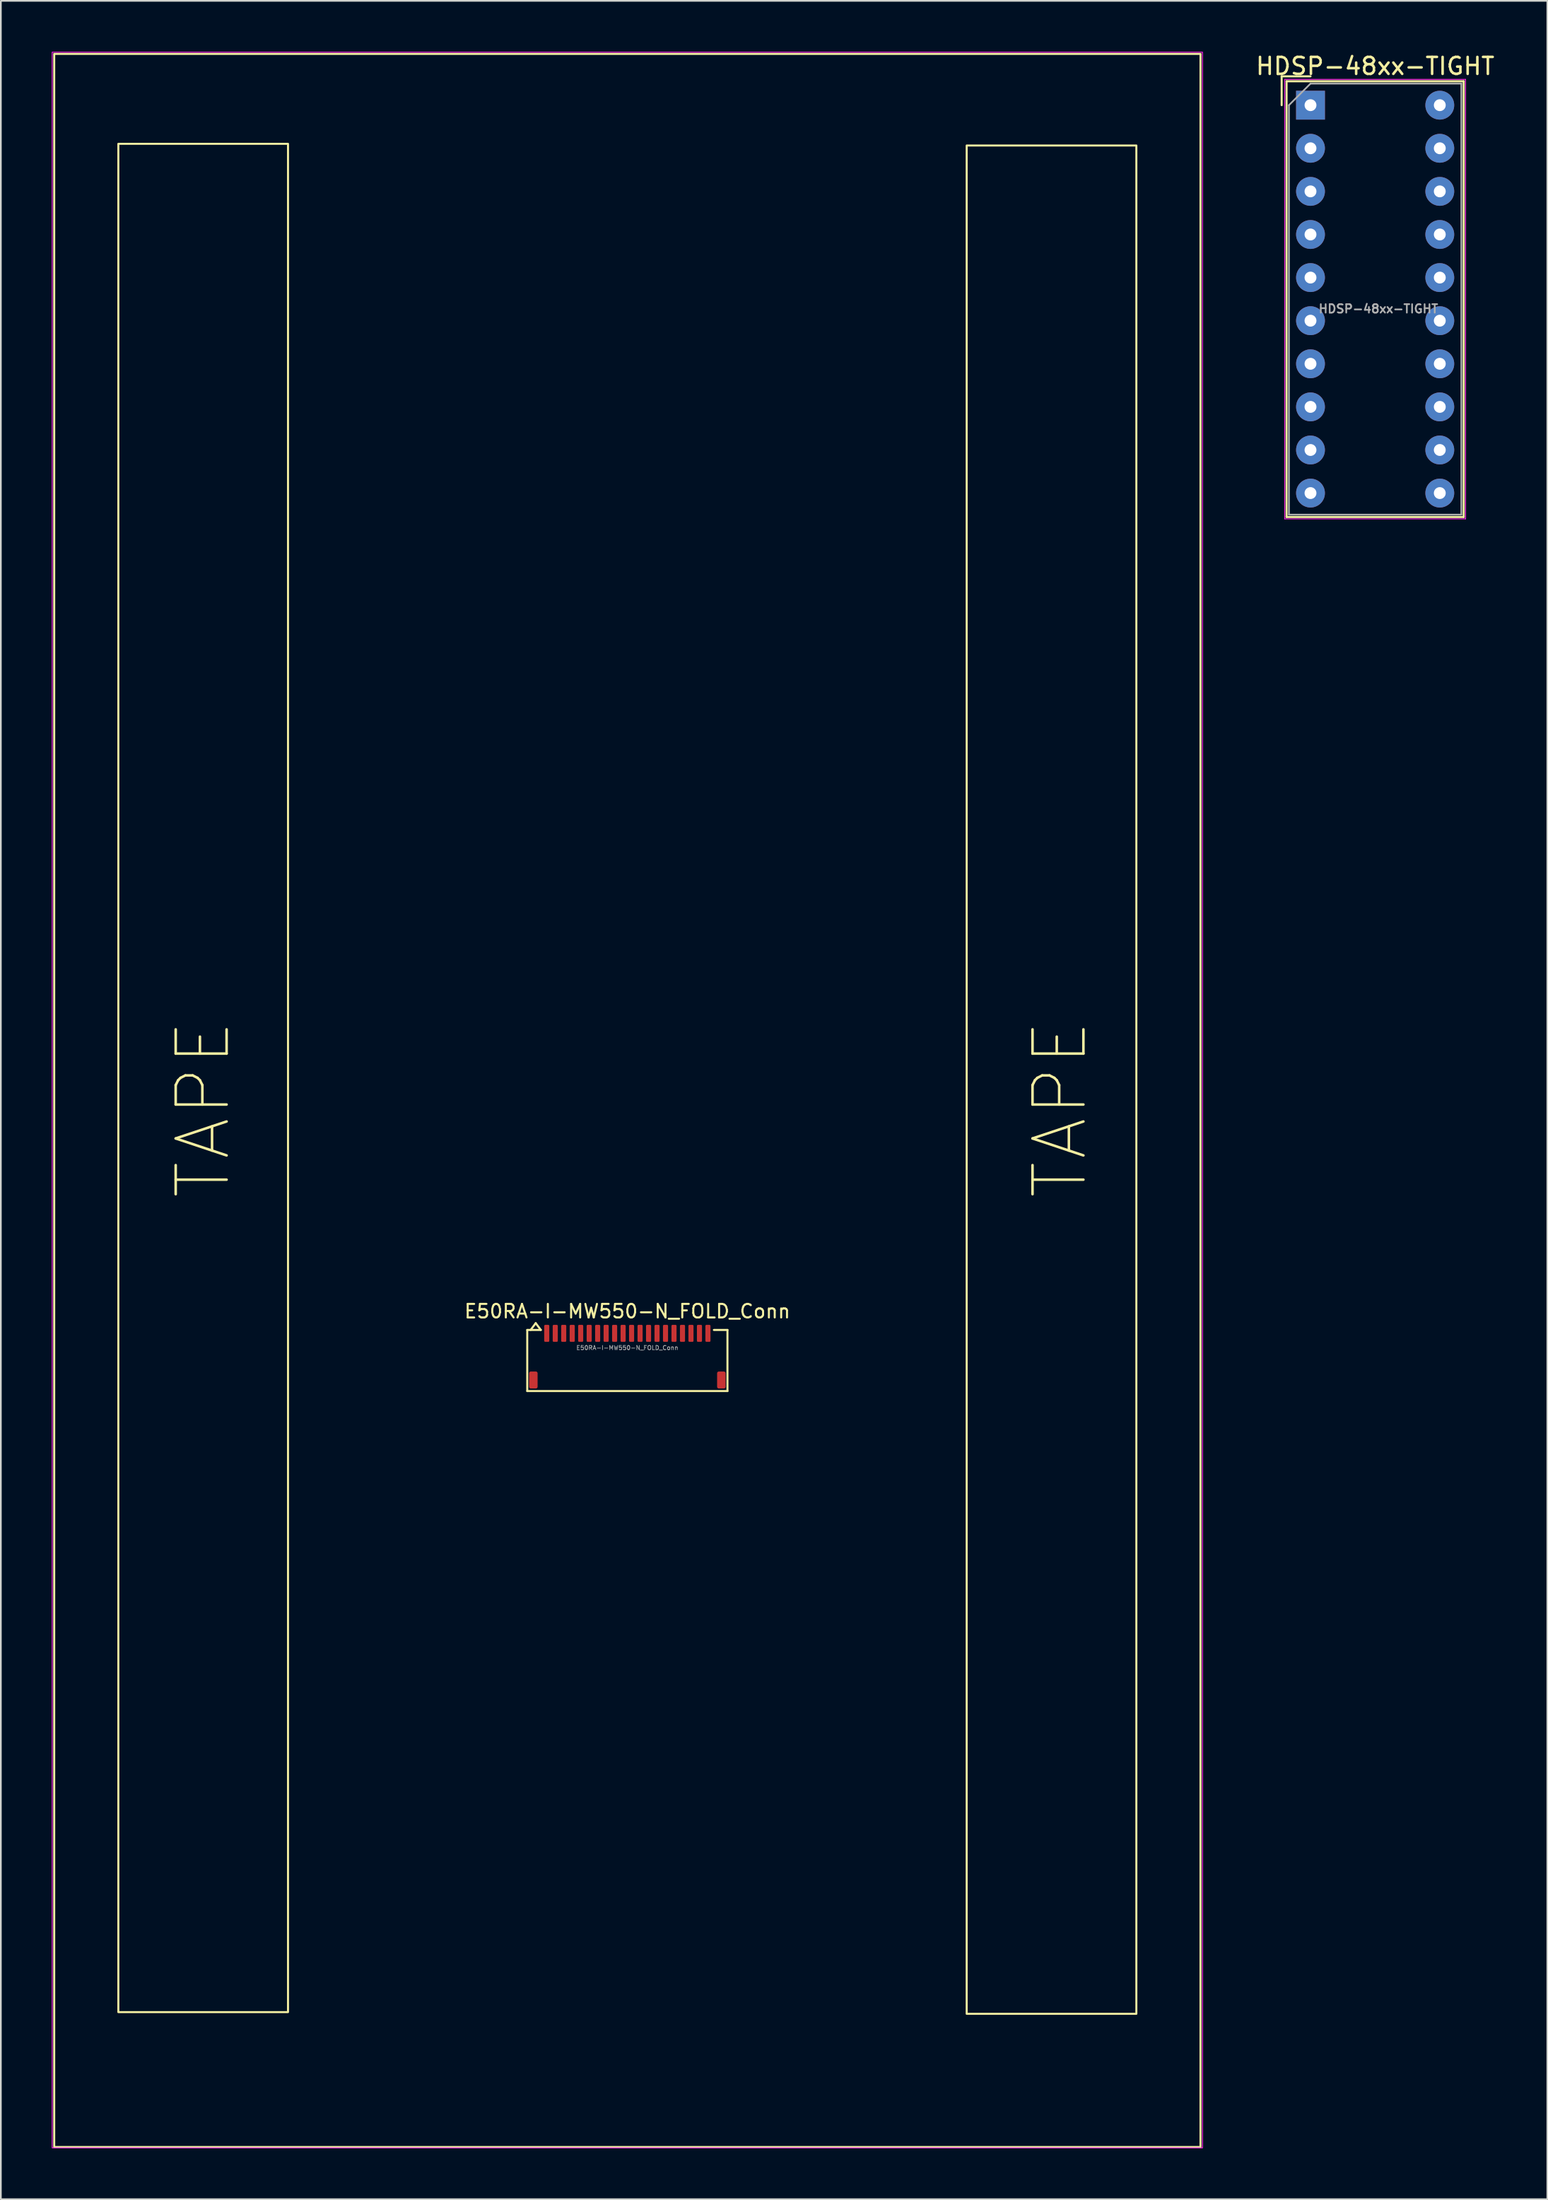
<source format=kicad_pcb>
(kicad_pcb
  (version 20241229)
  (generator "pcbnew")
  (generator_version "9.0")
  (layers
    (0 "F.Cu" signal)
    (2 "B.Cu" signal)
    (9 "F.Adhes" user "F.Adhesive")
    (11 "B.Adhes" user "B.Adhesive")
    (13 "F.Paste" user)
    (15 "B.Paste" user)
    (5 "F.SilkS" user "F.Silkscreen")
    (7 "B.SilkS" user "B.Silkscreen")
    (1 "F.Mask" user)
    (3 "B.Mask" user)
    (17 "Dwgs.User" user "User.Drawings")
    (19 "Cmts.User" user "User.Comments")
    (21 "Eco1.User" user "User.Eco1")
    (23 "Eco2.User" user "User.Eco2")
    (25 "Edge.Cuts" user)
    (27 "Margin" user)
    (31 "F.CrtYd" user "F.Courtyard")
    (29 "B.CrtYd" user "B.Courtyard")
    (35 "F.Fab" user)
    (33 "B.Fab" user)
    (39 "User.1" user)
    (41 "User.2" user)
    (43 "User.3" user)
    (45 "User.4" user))
  (footprint "HDSP-48xx-TIGHT"
    (layer "F.Cu")
    (at 74.189 3.148)
    (property "Reference" "HDSP-48xx-TIGHT" (at 3.81 -2.3 0) (layer "F.SilkS") (effects (font (size 1 1) (thickness 0.15))))
    (attr through_hole)
    (fp_line (start -1.7 -1.7) (end -1.7 0) (stroke (width 0.12) (type solid)) (layer "F.SilkS"))
    (fp_line (start -1.41 -1.41) (end 9.03 -1.41) (stroke (width 0.12) (type solid)) (layer "F.SilkS"))
    (fp_line (start -1.41 24.27) (end -1.41 -1.41) (stroke (width 0.12) (type solid)) (layer "F.SilkS"))
    (fp_line (start 0 -1.7) (end -1.7 -1.7) (stroke (width 0.12) (type solid)) (layer "F.SilkS"))
    (fp_line (start 9.03 -1.41) (end 9.03 24.27) (stroke (width 0.12) (type solid)) (layer "F.SilkS"))
    (fp_line (start 9.03 24.27) (end -1.41 24.27) (stroke (width 0.12) (type solid)) (layer "F.SilkS"))
    (fp_line (start -1.52 -1.52) (end -1.52 24.38) (stroke (width 0.05) (type solid)) (layer "F.CrtYd"))
    (fp_line (start -1.52 -1.52) (end 9.14 -1.52) (stroke (width 0.05) (type solid)) (layer "F.CrtYd"))
    (fp_line (start -1.52 24.38) (end 9.14 24.38) (stroke (width 0.05) (type solid)) (layer "F.CrtYd"))
    (fp_line (start 9.14 24.38) (end 9.14 -1.52) (stroke (width 0.05) (type solid)) (layer "F.CrtYd"))
    (fp_line (start -1.27 0) (end -1.27 24.13) (stroke (width 0.1) (type solid)) (layer "F.Fab"))
    (fp_line (start -1.27 24.13) (end 8.89 24.13) (stroke (width 0.1) (type solid)) (layer "F.Fab"))
    (fp_line (start 0 -1.27) (end -1.27 0) (stroke (width 0.1) (type solid)) (layer "F.Fab"))
    (fp_line (start 0 -1.27) (end 8.89 -1.27) (stroke (width 0.1) (type solid)) (layer "F.Fab"))
    (fp_line (start 8.89 -1.27) (end 8.89 24.13) (stroke (width 0.1) (type solid)) (layer "F.Fab"))
    (fp_text user "${REFERENCE}" (at 4 12 0) (layer "F.Fab") (effects (font (size 0.5 0.5) (thickness 0.1))))
    (pad "1" thru_hole rect (at 0 0 270) (size 1.7 1.7) (drill 0.7) (layers "*.Cu" "*.Mask"))
    (pad "2" thru_hole circle (at 0 2.54 270) (size 1.7 1.7) (drill 0.7) (layers "*.Cu" "*.Mask"))
    (pad "3" thru_hole circle (at 0 5.08 270) (size 1.7 1.7) (drill 0.7) (layers "*.Cu" "*.Mask"))
    (pad "4" thru_hole circle (at 0 7.62 270) (size 1.7 1.7) (drill 0.7) (layers "*.Cu" "*.Mask"))
    (pad "5" thru_hole circle (at 0 10.16 270) (size 1.7 1.7) (drill 0.7) (layers "*.Cu" "*.Mask"))
    (pad "6" thru_hole circle (at 0 12.7 270) (size 1.7 1.7) (drill 0.7) (layers "*.Cu" "*.Mask"))
    (pad "7" thru_hole circle (at 0 15.24 270) (size 1.7 1.7) (drill 0.7) (layers "*.Cu" "*.Mask"))
    (pad "8" thru_hole circle (at 0 17.78 270) (size 1.7 1.7) (drill 0.7) (layers "*.Cu" "*.Mask"))
    (pad "9" thru_hole circle (at 0 20.32 270) (size 1.7 1.7) (drill 0.7) (layers "*.Cu" "*.Mask"))
    (pad "10" thru_hole circle (at 0 22.86 270) (size 1.7 1.7) (drill 0.7) (layers "*.Cu" "*.Mask"))
    (pad "11" thru_hole circle (at 7.62 22.86 270) (size 1.7 1.7) (drill 0.7) (layers "*.Cu" "*.Mask"))
    (pad "12" thru_hole circle (at 7.62 20.32 270) (size 1.7 1.7) (drill 0.7) (layers "*.Cu" "*.Mask"))
    (pad "13" thru_hole circle (at 7.62 17.78 270) (size 1.7 1.7) (drill 0.7) (layers "*.Cu" "*.Mask"))
    (pad "14" thru_hole circle (at 7.62 15.24 270) (size 1.7 1.7) (drill 0.7) (layers "*.Cu" "*.Mask"))
    (pad "15" thru_hole circle (at 7.62 12.7 270) (size 1.7 1.7) (drill 0.7) (layers "*.Cu" "*.Mask"))
    (pad "16" thru_hole circle (at 7.62 10.16 270) (size 1.7 1.7) (drill 0.7) (layers "*.Cu" "*.Mask"))
    (pad "17" thru_hole circle (at 7.62 7.62 270) (size 1.7 1.7) (drill 0.7) (layers "*.Cu" "*.Mask"))
    (pad "18" thru_hole circle (at 7.62 5.08 270) (size 1.7 1.7) (drill 0.7) (layers "*.Cu" "*.Mask"))
    (pad "19" thru_hole circle (at 7.62 2.54 270) (size 1.7 1.7) (drill 0.7) (layers "*.Cu" "*.Mask"))
    (pad "20" thru_hole circle (at 7.62 0 270) (size 1.7 1.7) (drill 0.7) (layers "*.Cu" "*.Mask")))
  (footprint "E50RA-I-MW550-N_FOLD_Conn"
    (layer "F.Cu")
    (at 33.925 75.525)
    (property "Reference" "E50RA-I-MW550-N_FOLD_Conn" (at 0 -1.3 0) (unlocked yes) (layer "F.SilkS") (effects (font (size 0.8 0.8) (thickness 0.12))))
    (attr smd)
    (fp_line (start -5.9 -0.2) (end -5.9 3.4) (stroke (width 0.12) (type default)) (layer "F.SilkS"))
    (fp_line (start -5.9 3.4) (end 5.9 3.4) (stroke (width 0.12) (type default)) (layer "F.SilkS"))
    (fp_line (start -5.4 -0.6) (end -5.7 -0.2) (stroke (width 0.12) (type default)) (layer "F.SilkS"))
    (fp_line (start -5.1 -0.2) (end -5.9 -0.2) (stroke (width 0.12) (type default)) (layer "F.SilkS"))
    (fp_line (start -5.1 -0.2) (end -5.4 -0.6) (stroke (width 0.12) (type default)) (layer "F.SilkS"))
    (fp_line (start 5.9 -0.2) (end 5.1 -0.2) (stroke (width 0.12) (type default)) (layer "F.SilkS"))
    (fp_line (start 5.9 3.4) (end 5.9 -0.2) (stroke (width 0.12) (type default)) (layer "F.SilkS"))
    (fp_rect (start -33.78 -75.4) (end 33.78 47.95) (stroke (width 0.12) (type default)) (fill no) (layer "F.SilkS"))
    (fp_rect (start -30 -70.1) (end -20 40) (stroke (width 0.12) (type default)) (fill no) (layer "F.SilkS"))
    (fp_rect (start 20 -70) (end 30 40.1) (stroke (width 0.12) (type default)) (fill no) (layer "F.SilkS"))
    (fp_rect (start -33.9 -75.5) (end 33.9 48) (stroke (width 0.05) (type default)) (fill no) (layer "F.CrtYd"))
    (fp_text user "TAPE" (at -25 -13.2 90) (unlocked yes) (layer "F.SilkS") (effects (font (size 3 3) (thickness 0.15))))
    (fp_text user "TAPE" (at 25.5 -13.2 90) (unlocked yes) (layer "F.SilkS") (effects (font (size 3 3) (thickness 0.15))))
    (fp_text user "${REFERENCE}" (at 0 0.85 0) (unlocked yes) (layer "F.Fab") (effects (font (size 0.25 0.25) (thickness 0.04))))
    (pad "1" smd roundrect (at 4.75 0) (size 0.3 1) (layers "F.Cu" "F.Mask" "F.Paste") (roundrect_rratio 0.2))
    (pad "2" smd roundrect (at 4.25 0) (size 0.3 1) (layers "F.Cu" "F.Mask" "F.Paste") (roundrect_rratio 0.2))
    (pad "3" smd roundrect (at 3.75 0) (size 0.3 1) (layers "F.Cu" "F.Mask" "F.Paste") (roundrect_rratio 0.2))
    (pad "4" smd roundrect (at 3.25 0) (size 0.3 1) (layers "F.Cu" "F.Mask" "F.Paste") (roundrect_rratio 0.2))
    (pad "5" smd roundrect (at 2.75 0) (size 0.3 1) (layers "F.Cu" "F.Mask" "F.Paste") (roundrect_rratio 0.2))
    (pad "6" smd roundrect (at 2.25 0) (size 0.3 1) (layers "F.Cu" "F.Mask" "F.Paste") (roundrect_rratio 0.2))
    (pad "7" smd roundrect (at 1.75 0) (size 0.3 1) (layers "F.Cu" "F.Mask" "F.Paste") (roundrect_rratio 0.2))
    (pad "8" smd roundrect (at 1.25 0) (size 0.3 1) (layers "F.Cu" "F.Mask" "F.Paste") (roundrect_rratio 0.2))
    (pad "9" smd roundrect (at 0.75 0) (size 0.3 1) (layers "F.Cu" "F.Mask" "F.Paste") (roundrect_rratio 0.2))
    (pad "10" smd roundrect (at 0.25 0) (size 0.3 1) (layers "F.Cu" "F.Mask" "F.Paste") (roundrect_rratio 0.2))
    (pad "11" smd roundrect (at -0.25 0) (size 0.3 1) (layers "F.Cu" "F.Mask" "F.Paste") (roundrect_rratio 0.2))
    (pad "12" smd roundrect (at -0.75 0) (size 0.3 1) (layers "F.Cu" "F.Mask" "F.Paste") (roundrect_rratio 0.2))
    (pad "13" smd roundrect (at -1.25 0) (size 0.3 1) (layers "F.Cu" "F.Mask" "F.Paste") (roundrect_rratio 0.2))
    (pad "14" smd roundrect (at -1.75 0) (size 0.3 1) (layers "F.Cu" "F.Mask" "F.Paste") (roundrect_rratio 0.2))
    (pad "15" smd roundrect (at -2.25 0) (size 0.3 1) (layers "F.Cu" "F.Mask" "F.Paste") (roundrect_rratio 0.2))
    (pad "16" smd roundrect (at -2.75 0) (size 0.3 1) (layers "F.Cu" "F.Mask" "F.Paste") (roundrect_rratio 0.2))
    (pad "17" smd roundrect (at -3.25 0) (size 0.3 1) (layers "F.Cu" "F.Mask" "F.Paste") (roundrect_rratio 0.2))
    (pad "18" smd roundrect (at -3.75 0) (size 0.3 1) (layers "F.Cu" "F.Mask" "F.Paste") (roundrect_rratio 0.2))
    (pad "19" smd roundrect (at -4.25 0) (size 0.3 1) (layers "F.Cu" "F.Mask" "F.Paste") (roundrect_rratio 0.2))
    (pad "20" smd roundrect (at -4.75 0) (size 0.3 1) (layers "F.Cu" "F.Mask" "F.Paste") (roundrect_rratio 0.2))
    (pad "MP" smd roundrect (at -5.54 2.75) (size 0.5 1) (layers "F.Cu" "F.Mask" "F.Paste") (roundrect_rratio 0.2))
    (pad "MP" smd roundrect (at 5.54 2.75) (size 0.5 1) (layers "F.Cu" "F.Mask" "F.Paste") (roundrect_rratio 0.2)))
  (gr_rect
    (start -3 -3)
    (end 88.148 126.55)
    (stroke (width 0.1) (type default))
    (fill no)
    (layer "Edge.Cuts")))
</source>
